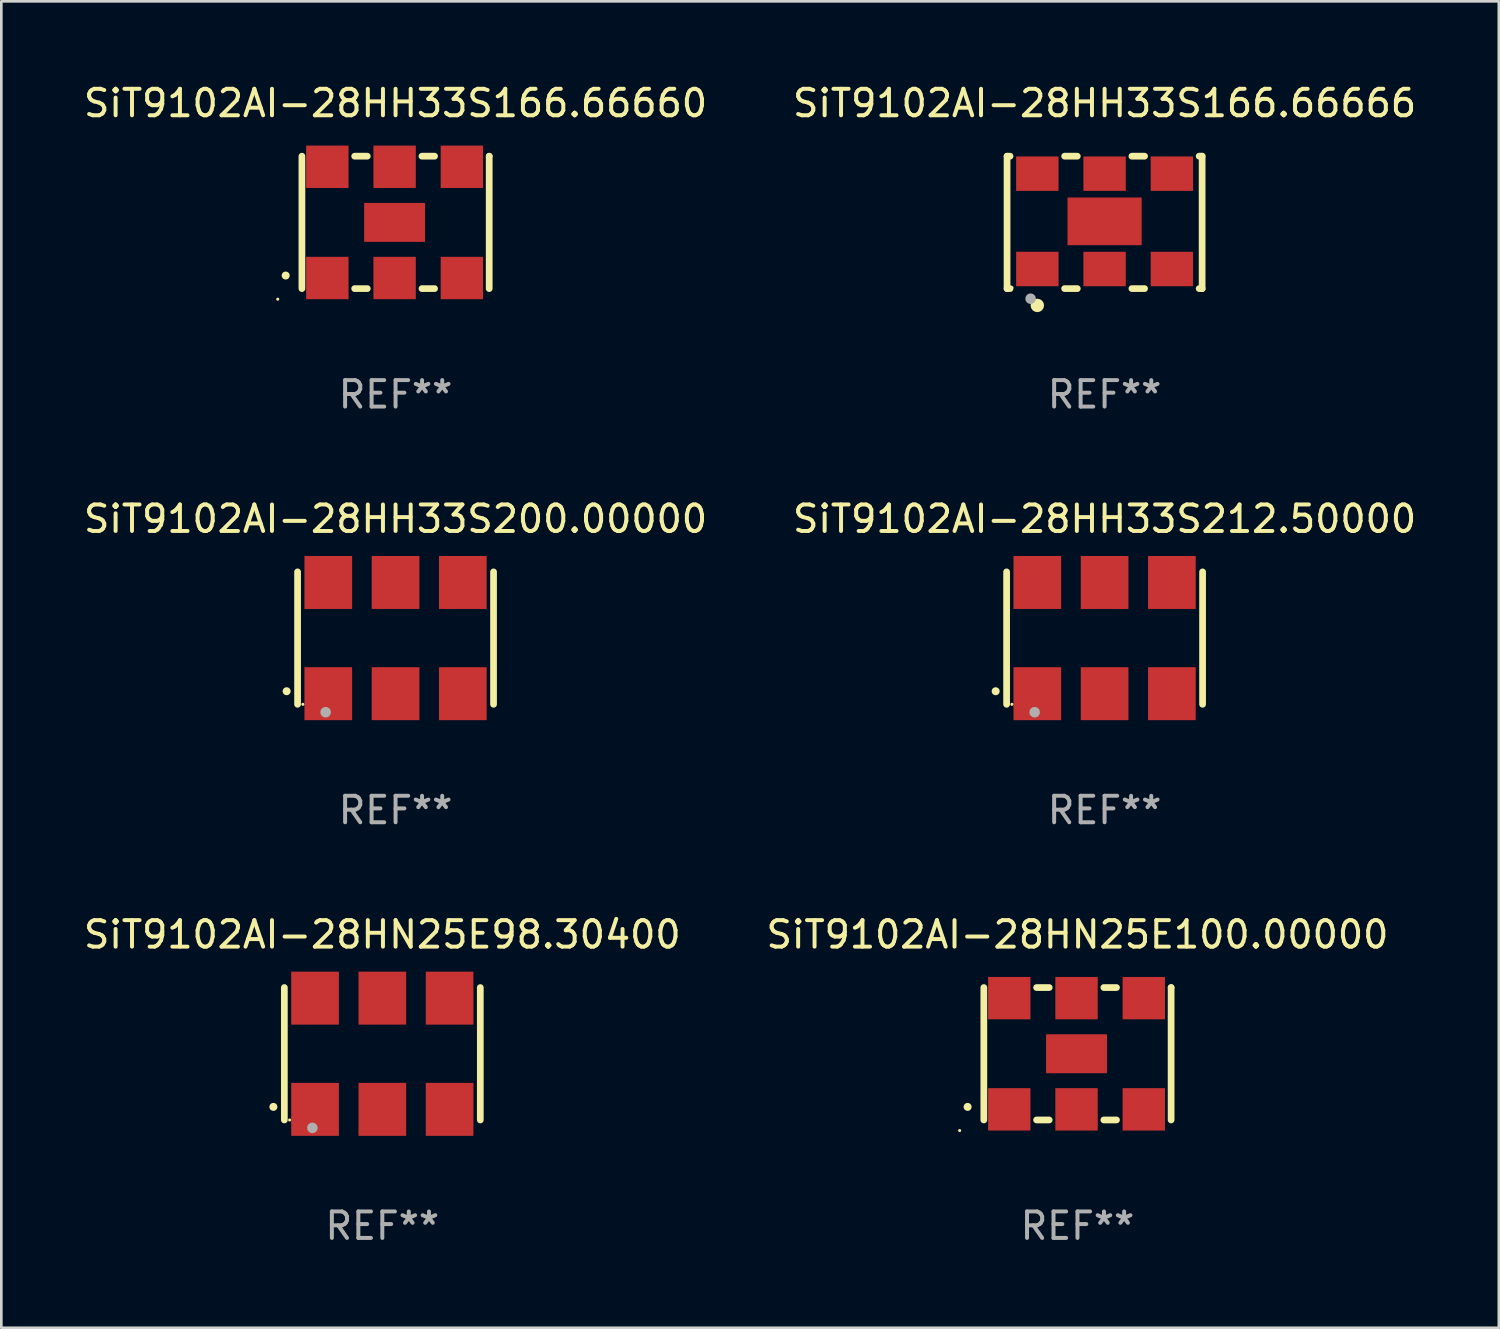
<source format=kicad_pcb>
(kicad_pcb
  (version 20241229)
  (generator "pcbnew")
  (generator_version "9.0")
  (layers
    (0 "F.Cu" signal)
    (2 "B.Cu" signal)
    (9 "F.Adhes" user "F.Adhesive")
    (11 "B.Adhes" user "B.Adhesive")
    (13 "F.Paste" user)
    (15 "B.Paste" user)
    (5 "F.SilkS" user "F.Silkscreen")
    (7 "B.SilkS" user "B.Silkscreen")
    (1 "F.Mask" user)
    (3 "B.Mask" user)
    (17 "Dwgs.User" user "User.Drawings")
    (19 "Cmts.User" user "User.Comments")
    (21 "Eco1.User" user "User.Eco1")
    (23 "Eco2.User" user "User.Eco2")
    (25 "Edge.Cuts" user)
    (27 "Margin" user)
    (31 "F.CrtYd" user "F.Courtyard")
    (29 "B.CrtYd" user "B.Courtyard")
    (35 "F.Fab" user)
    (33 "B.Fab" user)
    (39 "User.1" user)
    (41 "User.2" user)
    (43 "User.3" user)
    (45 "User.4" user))
  (footprint "SiT9102AI-28HH33S166.66660"
    (layer "F.Cu")
    (at 11.887 5.348)
    (property "Reference" "SiT9102AI-28HH33S166.66660" (at 0 -4.5 0) (layer "F.SilkS") (effects (font (size 1 1) (thickness 0.15))))
    (attr through_hole)
    (fp_line (start -3.536 -2.5) (end -3.536 2.5) (stroke (width 0.254) (type solid)) (layer "F.SilkS"))
    (fp_line (start -1.544 2.5) (end -1.067 2.5) (stroke (width 0.254) (type solid)) (layer "F.SilkS"))
    (fp_line (start -1.067 -2.5) (end -1.544 -2.5) (stroke (width 0.254) (type solid)) (layer "F.SilkS"))
    (fp_line (start 0.996 2.5) (end 1.473 2.5) (stroke (width 0.254) (type solid)) (layer "F.SilkS"))
    (fp_line (start 1.473 -2.5) (end 0.996 -2.5) (stroke (width 0.254) (type solid)) (layer "F.SilkS"))
    (fp_line (start 3.536 -2.5) (end 3.536 -2.5) (stroke (width 0.254) (type solid)) (layer "F.SilkS"))
    (fp_line (start 3.536 2.5) (end 3.536 -2.5) (stroke (width 0.254) (type solid)) (layer "F.SilkS"))
    (fp_arc (start -4.150432 2.006604) (mid -4.149162 2.006599) (end -4.147892 2.006604) (stroke (width 0.3) (type solid)) (layer "F.SilkS"))
    (fp_circle (center -4.449 2.9) (end -4.419 2.9) (stroke (width 0.06) (type solid)) (fill no) (layer "F.SilkS"))
    (fp_text user "REF**" (at 0 6.5 0) (layer "F.Fab") (effects (font (size 1 1) (thickness 0.15))))
    (pad "1" smd rect (at -2.576 2.1) (size 1.6 1.6) (layers "F.Cu" "F.Mask" "F.Paste"))
    (pad "2" smd rect (at -0.036 2.1) (size 1.6 1.6) (layers "F.Cu" "F.Mask" "F.Paste"))
    (pad "3" smd rect (at 2.504 2.1) (size 1.6 1.6) (layers "F.Cu" "F.Mask" "F.Paste"))
    (pad "4" smd rect (at 2.504 -2.1) (size 1.6 1.6) (layers "F.Cu" "F.Mask" "F.Paste"))
    (pad "5" smd rect (at -0.036 -2.1) (size 1.6 1.6) (layers "F.Cu" "F.Mask" "F.Paste"))
    (pad "6" smd rect (at -2.576 -2.1) (size 1.6 1.6) (layers "F.Cu" "F.Mask" "F.Paste"))
    (pad "7" smd rect (at -0.036 0) (size 2.3 1.47) (layers "F.Cu" "F.Mask" "F.Paste")))
  (footprint "SiT9102AI-28HN25E98.30400"
    (layer "F.Cu")
    (at 11.387 36.741)
    (property "Reference" "SiT9102AI-28HN25E98.30400" (at 0 -4.5 0) (layer "F.SilkS") (effects (font (size 1 1) (thickness 0.15))))
    (attr through_hole)
    (fp_line (start -3.7 -2.5) (end -3.7 2.5) (stroke (width 0.254) (type solid)) (layer "F.SilkS"))
    (fp_line (start 3.7 -2.5) (end 3.7 2.5) (stroke (width 0.254) (type solid)) (layer "F.SilkS"))
    (fp_arc (start -4.114415 2.006604) (mid -4.113145 2.006599) (end -4.111875 2.006604) (stroke (width 0.3) (type solid)) (layer "F.SilkS"))
    (fp_circle (center -3.5 2.501) (end -3.47 2.501) (stroke (width 0.06) (type solid)) (fill no) (layer "F.SilkS"))
    (fp_circle (center -2.641 2.799) (end -2.541 2.799) (stroke (width 0.2) (type solid)) (fill no) (layer "F.Fab"))
    (fp_text user "REF**" (at 0 6.5 0) (layer "F.Fab") (effects (font (size 1 1) (thickness 0.15))))
    (pad "1" smd rect (at -2.54 2.1) (size 1.8 2) (layers "F.Cu" "F.Mask" "F.Paste"))
    (pad "2" smd rect (at 0.000394 2.1) (size 1.8 2) (layers "F.Cu" "F.Mask" "F.Paste"))
    (pad "3" smd rect (at 2.54 2.1) (size 1.8 2) (layers "F.Cu" "F.Mask" "F.Paste"))
    (pad "4" smd rect (at 2.54 -2.1) (size 1.8 2) (layers "F.Cu" "F.Mask" "F.Paste"))
    (pad "5" smd rect (at 0.000394 -2.1) (size 1.8 2) (layers "F.Cu" "F.Mask" "F.Paste"))
    (pad "6" smd rect (at -2.54 -2.1) (size 1.8 2) (layers "F.Cu" "F.Mask" "F.Paste")))
  (footprint "SiT9102AI-28HN25E100.00000"
    (layer "F.Cu")
    (at 37.637 36.741)
    (property "Reference" "SiT9102AI-28HN25E100.00000" (at 0 -4.5 0) (layer "F.SilkS") (effects (font (size 1 1) (thickness 0.15))))
    (attr through_hole)
    (fp_line (start -3.536 -2.5) (end -3.536 2.5) (stroke (width 0.254) (type solid)) (layer "F.SilkS"))
    (fp_line (start -1.544 2.5) (end -1.067 2.5) (stroke (width 0.254) (type solid)) (layer "F.SilkS"))
    (fp_line (start -1.067 -2.5) (end -1.544 -2.5) (stroke (width 0.254) (type solid)) (layer "F.SilkS"))
    (fp_line (start 0.996 2.5) (end 1.473 2.5) (stroke (width 0.254) (type solid)) (layer "F.SilkS"))
    (fp_line (start 1.473 -2.5) (end 0.996 -2.5) (stroke (width 0.254) (type solid)) (layer "F.SilkS"))
    (fp_line (start 3.536 -2.5) (end 3.536 -2.5) (stroke (width 0.254) (type solid)) (layer "F.SilkS"))
    (fp_line (start 3.536 2.5) (end 3.536 -2.5) (stroke (width 0.254) (type solid)) (layer "F.SilkS"))
    (fp_arc (start -4.150432 2.006604) (mid -4.149162 2.006599) (end -4.147892 2.006604) (stroke (width 0.3) (type solid)) (layer "F.SilkS"))
    (fp_circle (center -4.449 2.9) (end -4.419 2.9) (stroke (width 0.06) (type solid)) (fill no) (layer "F.SilkS"))
    (fp_text user "REF**" (at 0 6.5 0) (layer "F.Fab") (effects (font (size 1 1) (thickness 0.15))))
    (pad "1" smd rect (at -2.576 2.1) (size 1.6 1.6) (layers "F.Cu" "F.Mask" "F.Paste"))
    (pad "2" smd rect (at -0.036 2.1) (size 1.6 1.6) (layers "F.Cu" "F.Mask" "F.Paste"))
    (pad "3" smd rect (at 2.504 2.1) (size 1.6 1.6) (layers "F.Cu" "F.Mask" "F.Paste"))
    (pad "4" smd rect (at 2.504 -2.1) (size 1.6 1.6) (layers "F.Cu" "F.Mask" "F.Paste"))
    (pad "5" smd rect (at -0.036 -2.1) (size 1.6 1.6) (layers "F.Cu" "F.Mask" "F.Paste"))
    (pad "6" smd rect (at -2.576 -2.1) (size 1.6 1.6) (layers "F.Cu" "F.Mask" "F.Paste"))
    (pad "7" smd rect (at -0.036 0) (size 2.3 1.47) (layers "F.Cu" "F.Mask" "F.Paste")))
  (footprint "SiT9102AI-28HH33S166.66666"
    (layer "F.Cu")
    (at 38.661 5.348)
    (property "Reference" "SiT9102AI-28HH33S166.66666" (at 0 -4.5 0) (layer "F.SilkS") (effects (font (size 1 1) (thickness 0.15))))
    (attr through_hole)
    (fp_line (start -3.683 -2.5) (end -3.571 -2.5) (stroke (width 0.254) (type solid)) (layer "F.SilkS"))
    (fp_line (start -3.683 2.5) (end -3.683 -2.5) (stroke (width 0.254) (type solid)) (layer "F.SilkS"))
    (fp_line (start -3.683 2.5) (end -3.571 2.5) (stroke (width 0.254) (type solid)) (layer "F.SilkS"))
    (fp_line (start -1.509 -2.5) (end -1.031 -2.5) (stroke (width 0.254) (type solid)) (layer "F.SilkS"))
    (fp_line (start -1.509 2.5) (end -1.031 2.5) (stroke (width 0.254) (type solid)) (layer "F.SilkS"))
    (fp_line (start 1.031 -2.5) (end 1.509 -2.5) (stroke (width 0.254) (type solid)) (layer "F.SilkS"))
    (fp_line (start 1.031 2.5) (end 1.509 2.5) (stroke (width 0.254) (type solid)) (layer "F.SilkS"))
    (fp_line (start 3.571 -2.5) (end 3.683 -2.5) (stroke (width 0.254) (type solid)) (layer "F.SilkS"))
    (fp_line (start 3.571 2.5) (end 3.683 2.5) (stroke (width 0.254) (type solid)) (layer "F.SilkS"))
    (fp_line (start 3.683 2.5) (end 3.683 -2.5) (stroke (width 0.254) (type solid)) (layer "F.SilkS"))
    (fp_circle (center -3.5 2.46) (end -3.47 2.46) (stroke (width 0.06) (type solid)) (fill no) (layer "F.SilkS"))
    (fp_circle (center -2.54 3.135) (end -2.413 3.135) (stroke (width 0.254) (type solid)) (fill no) (layer "F.SilkS"))
    (fp_circle (center -2.794 2.881) (end -2.694 2.881) (stroke (width 0.2) (type solid)) (fill no) (layer "F.Fab"))
    (fp_text user "REF**" (at 0 6.5 0) (layer "F.Fab") (effects (font (size 1 1) (thickness 0.15))))
    (pad "1" smd rect (at -2.54 1.76) (size 1.6 1.3) (layers "F.Cu" "F.Mask" "F.Paste"))
    (pad "2" smd rect (at 0 1.76) (size 1.6 1.3) (layers "F.Cu" "F.Mask" "F.Paste"))
    (pad "3" smd rect (at 2.54 1.76) (size 1.6 1.3) (layers "F.Cu" "F.Mask" "F.Paste"))
    (pad "4" smd rect (at 2.54 -1.84) (size 1.6 1.3) (layers "F.Cu" "F.Mask" "F.Paste"))
    (pad "5" smd rect (at 0 -1.84) (size 1.6 1.3) (layers "F.Cu" "F.Mask" "F.Paste"))
    (pad "6" smd rect (at -2.54 -1.84) (size 1.6 1.3) (layers "F.Cu" "F.Mask" "F.Paste"))
    (pad "7" smd rect (at 0 -0.04) (size 2.8 1.8) (layers "F.Cu" "F.Mask" "F.Paste")))
  (footprint "SiT9102AI-28HH33S200.00000"
    (layer "F.Cu")
    (at 11.887 21.045)
    (property "Reference" "SiT9102AI-28HH33S200.00000" (at 0 -4.5 0) (layer "F.SilkS") (effects (font (size 1 1) (thickness 0.15))))
    (attr through_hole)
    (fp_line (start -3.7 -2.5) (end -3.7 2.5) (stroke (width 0.254) (type solid)) (layer "F.SilkS"))
    (fp_line (start 3.7 -2.5) (end 3.7 2.5) (stroke (width 0.254) (type solid)) (layer "F.SilkS"))
    (fp_arc (start -4.114415 2.006604) (mid -4.113145 2.006599) (end -4.111875 2.006604) (stroke (width 0.3) (type solid)) (layer "F.SilkS"))
    (fp_circle (center -3.5 2.501) (end -3.47 2.501) (stroke (width 0.06) (type solid)) (fill no) (layer "F.SilkS"))
    (fp_circle (center -2.641 2.799) (end -2.541 2.799) (stroke (width 0.2) (type solid)) (fill no) (layer "F.Fab"))
    (fp_text user "REF**" (at 0 6.5 0) (layer "F.Fab") (effects (font (size 1 1) (thickness 0.15))))
    (pad "1" smd rect (at -2.54 2.1) (size 1.8 2) (layers "F.Cu" "F.Mask" "F.Paste"))
    (pad "2" smd rect (at 0.000394 2.1) (size 1.8 2) (layers "F.Cu" "F.Mask" "F.Paste"))
    (pad "3" smd rect (at 2.54 2.1) (size 1.8 2) (layers "F.Cu" "F.Mask" "F.Paste"))
    (pad "4" smd rect (at 2.54 -2.1) (size 1.8 2) (layers "F.Cu" "F.Mask" "F.Paste"))
    (pad "5" smd rect (at 0.000394 -2.1) (size 1.8 2) (layers "F.Cu" "F.Mask" "F.Paste"))
    (pad "6" smd rect (at -2.54 -2.1) (size 1.8 2) (layers "F.Cu" "F.Mask" "F.Paste")))
  (footprint "SiT9102AI-28HH33S212.50000"
    (layer "F.Cu")
    (at 38.661 21.045)
    (property "Reference" "SiT9102AI-28HH33S212.50000" (at 0 -4.5 0) (layer "F.SilkS") (effects (font (size 1 1) (thickness 0.15))))
    (attr through_hole)
    (fp_line (start -3.7 -2.5) (end -3.7 2.5) (stroke (width 0.254) (type solid)) (layer "F.SilkS"))
    (fp_line (start 3.7 -2.5) (end 3.7 2.5) (stroke (width 0.254) (type solid)) (layer "F.SilkS"))
    (fp_arc (start -4.114415 2.006604) (mid -4.113145 2.006599) (end -4.111875 2.006604) (stroke (width 0.3) (type solid)) (layer "F.SilkS"))
    (fp_circle (center -3.5 2.501) (end -3.47 2.501) (stroke (width 0.06) (type solid)) (fill no) (layer "F.SilkS"))
    (fp_circle (center -2.641 2.799) (end -2.541 2.799) (stroke (width 0.2) (type solid)) (fill no) (layer "F.Fab"))
    (fp_text user "REF**" (at 0 6.5 0) (layer "F.Fab") (effects (font (size 1 1) (thickness 0.15))))
    (pad "1" smd rect (at -2.54 2.1) (size 1.8 2) (layers "F.Cu" "F.Mask" "F.Paste"))
    (pad "2" smd rect (at 0.000394 2.1) (size 1.8 2) (layers "F.Cu" "F.Mask" "F.Paste"))
    (pad "3" smd rect (at 2.54 2.1) (size 1.8 2) (layers "F.Cu" "F.Mask" "F.Paste"))
    (pad "4" smd rect (at 2.54 -2.1) (size 1.8 2) (layers "F.Cu" "F.Mask" "F.Paste"))
    (pad "5" smd rect (at 0.000394 -2.1) (size 1.8 2) (layers "F.Cu" "F.Mask" "F.Paste"))
    (pad "6" smd rect (at -2.54 -2.1) (size 1.8 2) (layers "F.Cu" "F.Mask" "F.Paste")))
  (gr_rect
    (start -3 -3)
    (end 53.548 47.09)
    (stroke (width 0.1) (type default))
    (fill no)
    (layer "Edge.Cuts")))
</source>
